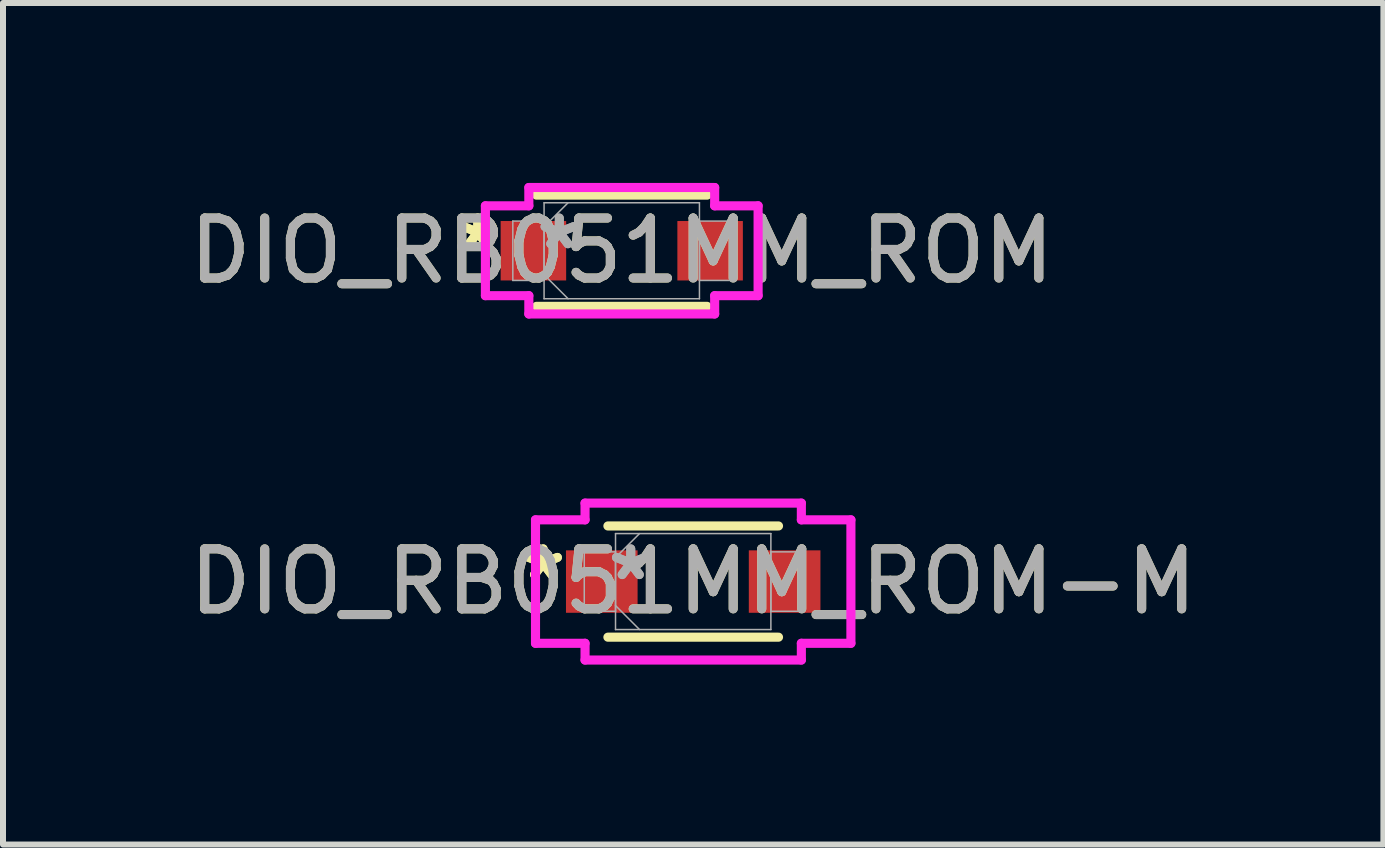
<source format=kicad_pcb>
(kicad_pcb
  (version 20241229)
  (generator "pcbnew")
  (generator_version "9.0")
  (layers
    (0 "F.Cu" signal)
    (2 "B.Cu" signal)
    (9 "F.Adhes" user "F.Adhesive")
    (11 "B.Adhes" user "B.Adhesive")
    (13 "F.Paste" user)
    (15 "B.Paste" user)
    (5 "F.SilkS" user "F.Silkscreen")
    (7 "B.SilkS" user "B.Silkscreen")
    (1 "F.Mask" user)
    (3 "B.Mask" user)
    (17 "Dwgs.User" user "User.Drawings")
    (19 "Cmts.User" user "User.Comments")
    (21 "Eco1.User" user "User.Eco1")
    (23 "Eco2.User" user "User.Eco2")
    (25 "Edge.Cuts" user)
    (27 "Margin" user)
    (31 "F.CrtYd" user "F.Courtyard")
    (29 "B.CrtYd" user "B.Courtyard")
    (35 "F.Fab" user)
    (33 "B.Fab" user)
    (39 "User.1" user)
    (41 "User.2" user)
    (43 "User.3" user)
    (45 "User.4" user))
  (footprint "DIO_RB051MM_ROM-M"
    (layer "F.Cu")
    (at 8.506 6.645)
    (property "Reference" "DIO_RB051MM_ROM-M" (at 0 0 0) (unlocked yes) (layer "F.SilkS") (effects (font (size 1 1) (thickness 0.15))))
    (attr smd)
    (fp_line (start -1.422 0.927) (end 1.422 0.927) (stroke (width 0.152) (type solid)) (layer "F.SilkS"))
    (fp_line (start 1.422 -0.927) (end -1.422 -0.927) (stroke (width 0.152) (type solid)) (layer "F.SilkS"))
    (fp_line (start -2.629 -1.029) (end -1.803 -1.029) (stroke (width 0.152) (type solid)) (layer "F.CrtYd"))
    (fp_line (start -2.629 1.029) (end -2.629 -1.029) (stroke (width 0.152) (type solid)) (layer "F.CrtYd"))
    (fp_line (start -1.803 -1.308) (end 1.803 -1.308) (stroke (width 0.152) (type solid)) (layer "F.CrtYd"))
    (fp_line (start -1.803 -1.029) (end -1.803 -1.308) (stroke (width 0.152) (type solid)) (layer "F.CrtYd"))
    (fp_line (start -1.803 1.029) (end -2.629 1.029) (stroke (width 0.152) (type solid)) (layer "F.CrtYd"))
    (fp_line (start -1.803 1.308) (end -1.803 1.029) (stroke (width 0.152) (type solid)) (layer "F.CrtYd"))
    (fp_line (start 1.803 -1.308) (end 1.803 -1.029) (stroke (width 0.152) (type solid)) (layer "F.CrtYd"))
    (fp_line (start 1.803 -1.029) (end 2.629 -1.029) (stroke (width 0.152) (type solid)) (layer "F.CrtYd"))
    (fp_line (start 1.803 1.029) (end 1.803 1.308) (stroke (width 0.152) (type solid)) (layer "F.CrtYd"))
    (fp_line (start 1.803 1.308) (end -1.803 1.308) (stroke (width 0.152) (type solid)) (layer "F.CrtYd"))
    (fp_line (start 2.629 -1.029) (end 2.629 1.029) (stroke (width 0.152) (type solid)) (layer "F.CrtYd"))
    (fp_line (start 2.629 1.029) (end 1.803 1.029) (stroke (width 0.152) (type solid)) (layer "F.CrtYd"))
    (fp_line (start -1.816 -0.495) (end -1.816 0.495) (stroke (width 0.025) (type solid)) (layer "F.Fab"))
    (fp_line (start -1.816 0.495) (end -1.295 0.495) (stroke (width 0.025) (type solid)) (layer "F.Fab"))
    (fp_line (start -1.295 -0.8) (end -1.295 0.8) (stroke (width 0.025) (type solid)) (layer "F.Fab"))
    (fp_line (start -1.295 -0.495) (end -1.816 -0.495) (stroke (width 0.025) (type solid)) (layer "F.Fab"))
    (fp_line (start -1.295 -0.4) (end -0.895 -0.8) (stroke (width 0.025) (type solid)) (layer "F.Fab"))
    (fp_line (start -1.295 0.4) (end -0.895 0.8) (stroke (width 0.025) (type solid)) (layer "F.Fab"))
    (fp_line (start -1.295 0.495) (end -1.295 -0.495) (stroke (width 0.025) (type solid)) (layer "F.Fab"))
    (fp_line (start -1.295 0.8) (end 1.295 0.8) (stroke (width 0.025) (type solid)) (layer "F.Fab"))
    (fp_line (start 1.295 -0.8) (end -1.295 -0.8) (stroke (width 0.025) (type solid)) (layer "F.Fab"))
    (fp_line (start 1.295 -0.495) (end 1.295 0.495) (stroke (width 0.025) (type solid)) (layer "F.Fab"))
    (fp_line (start 1.295 0.495) (end 1.816 0.495) (stroke (width 0.025) (type solid)) (layer "F.Fab"))
    (fp_line (start 1.295 0.8) (end 1.295 -0.8) (stroke (width 0.025) (type solid)) (layer "F.Fab"))
    (fp_line (start 1.816 -0.495) (end 1.295 -0.495) (stroke (width 0.025) (type solid)) (layer "F.Fab"))
    (fp_line (start 1.816 0.495) (end 1.816 -0.495) (stroke (width 0.025) (type solid)) (layer "F.Fab"))
    (fp_text user "*" (at -2.502 0 0) (layer "F.SilkS") (effects (font (size 1 1) (thickness 0.15))))
    (fp_text user "*" (at -2.502 0 0) (unlocked yes) (layer "F.SilkS") (effects (font (size 1 1) (thickness 0.15))))
    (fp_text user "*" (at -1.041 0 0) (unlocked yes) (layer "F.Fab") (effects (font (size 1 1) (thickness 0.15))))
    (fp_text user "${REFERENCE}" (at 0 0 0) (unlocked yes) (layer "F.Fab") (effects (font (size 1 1) (thickness 0.15))))
    (fp_text user "*" (at -1.041 0 0) (layer "F.Fab") (effects (font (size 1 1) (thickness 0.15))))
    (pad "1" smd rect (at -1.524 0) (size 1.194 1.041) (layers "F.Cu" "F.Mask" "F.Paste"))
    (pad "2" smd rect (at 1.524 0) (size 1.194 1.041) (layers "F.Cu" "F.Mask" "F.Paste"))
    (zone (net_name "") (layer "F.Cu") (hatch full 0.508) (connect_pads) (min_thickness 0.254) (filled_areas_thickness no) (keepout (tracks not_allowed) (vias not_allowed) (pads allowed) (copperpour not_allowed) (footprints allowed)) (placement (enabled no)) (fill) (polygon (pts (xy 7.63 5.896) (xy 9.382 5.896) (xy 9.382 7.394) (xy 7.63 7.394)))))
  (footprint "DIO_RB051MM_ROM"
    (layer "F.Cu")
    (at 7.315 1.13)
    (property "Reference" "DIO_RB051MM_ROM" (at 0 0 0) (unlocked yes) (layer "F.SilkS") (effects (font (size 1 1) (thickness 0.15))))
    (attr smd)
    (fp_line (start -1.422 0.927) (end 1.422 0.927) (stroke (width 0.152) (type solid)) (layer "F.SilkS"))
    (fp_line (start 1.422 -0.927) (end -1.422 -0.927) (stroke (width 0.152) (type solid)) (layer "F.SilkS"))
    (fp_line (start -2.273 -0.749) (end -1.549 -0.749) (stroke (width 0.152) (type solid)) (layer "F.CrtYd"))
    (fp_line (start -2.273 0.749) (end -2.273 -0.749) (stroke (width 0.152) (type solid)) (layer "F.CrtYd"))
    (fp_line (start -1.549 -1.054) (end 1.549 -1.054) (stroke (width 0.152) (type solid)) (layer "F.CrtYd"))
    (fp_line (start -1.549 -0.749) (end -1.549 -1.054) (stroke (width 0.152) (type solid)) (layer "F.CrtYd"))
    (fp_line (start -1.549 0.749) (end -2.273 0.749) (stroke (width 0.152) (type solid)) (layer "F.CrtYd"))
    (fp_line (start -1.549 1.054) (end -1.549 0.749) (stroke (width 0.152) (type solid)) (layer "F.CrtYd"))
    (fp_line (start 1.549 -1.054) (end 1.549 -0.749) (stroke (width 0.152) (type solid)) (layer "F.CrtYd"))
    (fp_line (start 1.549 -0.749) (end 2.273 -0.749) (stroke (width 0.152) (type solid)) (layer "F.CrtYd"))
    (fp_line (start 1.549 0.749) (end 1.549 1.054) (stroke (width 0.152) (type solid)) (layer "F.CrtYd"))
    (fp_line (start 1.549 1.054) (end -1.549 1.054) (stroke (width 0.152) (type solid)) (layer "F.CrtYd"))
    (fp_line (start 2.273 -0.749) (end 2.273 0.749) (stroke (width 0.152) (type solid)) (layer "F.CrtYd"))
    (fp_line (start 2.273 0.749) (end 1.549 0.749) (stroke (width 0.152) (type solid)) (layer "F.CrtYd"))
    (fp_line (start -1.816 -0.495) (end -1.816 0.495) (stroke (width 0.025) (type solid)) (layer "F.Fab"))
    (fp_line (start -1.816 0.495) (end -1.295 0.495) (stroke (width 0.025) (type solid)) (layer "F.Fab"))
    (fp_line (start -1.295 -0.8) (end -1.295 0.8) (stroke (width 0.025) (type solid)) (layer "F.Fab"))
    (fp_line (start -1.295 -0.495) (end -1.816 -0.495) (stroke (width 0.025) (type solid)) (layer "F.Fab"))
    (fp_line (start -1.295 -0.4) (end -0.895 -0.8) (stroke (width 0.025) (type solid)) (layer "F.Fab"))
    (fp_line (start -1.295 0.4) (end -0.895 0.8) (stroke (width 0.025) (type solid)) (layer "F.Fab"))
    (fp_line (start -1.295 0.495) (end -1.295 -0.495) (stroke (width 0.025) (type solid)) (layer "F.Fab"))
    (fp_line (start -1.295 0.8) (end 1.295 0.8) (stroke (width 0.025) (type solid)) (layer "F.Fab"))
    (fp_line (start 1.295 -0.8) (end -1.295 -0.8) (stroke (width 0.025) (type solid)) (layer "F.Fab"))
    (fp_line (start 1.295 -0.495) (end 1.295 0.495) (stroke (width 0.025) (type solid)) (layer "F.Fab"))
    (fp_line (start 1.295 0.495) (end 1.816 0.495) (stroke (width 0.025) (type solid)) (layer "F.Fab"))
    (fp_line (start 1.295 0.8) (end 1.295 -0.8) (stroke (width 0.025) (type solid)) (layer "F.Fab"))
    (fp_line (start 1.816 -0.495) (end 1.295 -0.495) (stroke (width 0.025) (type solid)) (layer "F.Fab"))
    (fp_line (start 1.816 0.495) (end 1.816 -0.495) (stroke (width 0.025) (type solid)) (layer "F.Fab"))
    (fp_text user "*" (at -2.4 0 0) (unlocked yes) (layer "F.SilkS") (effects (font (size 1 1) (thickness 0.15))))
    (fp_text user "*" (at -2.4 0 0) (layer "F.SilkS") (effects (font (size 1 1) (thickness 0.15))))
    (fp_text user "*" (at -1.041 0 0) (unlocked yes) (layer "F.Fab") (effects (font (size 1 1) (thickness 0.15))))
    (fp_text user "*" (at -1.041 0 0) (layer "F.Fab") (effects (font (size 1 1) (thickness 0.15))))
    (fp_text user "${REFERENCE}" (at 0 0 0) (unlocked yes) (layer "F.Fab") (effects (font (size 1 1) (thickness 0.15))))
    (pad "1" smd rect (at -1.473 0) (size 1.092 0.991) (layers "F.Cu" "F.Mask" "F.Paste"))
    (pad "2" smd rect (at 1.473 0) (size 1.092 0.991) (layers "F.Cu" "F.Mask" "F.Paste"))
    (zone (net_name "") (layer "F.Cu") (hatch full 0.508) (connect_pads) (min_thickness 0.254) (filled_areas_thickness no) (keepout (tracks not_allowed) (vias not_allowed) (pads allowed) (copperpour not_allowed) (footprints allowed)) (placement (enabled no)) (fill) (polygon (pts (xy 6.439 0.381) (xy 8.192 0.381) (xy 8.192 1.88) (xy 6.439 1.88)))))
  (gr_rect
    (start -3 -3)
    (end 20.012 11.029)
    (stroke (width 0.1) (type default))
    (fill no)
    (layer "Edge.Cuts")))
</source>
